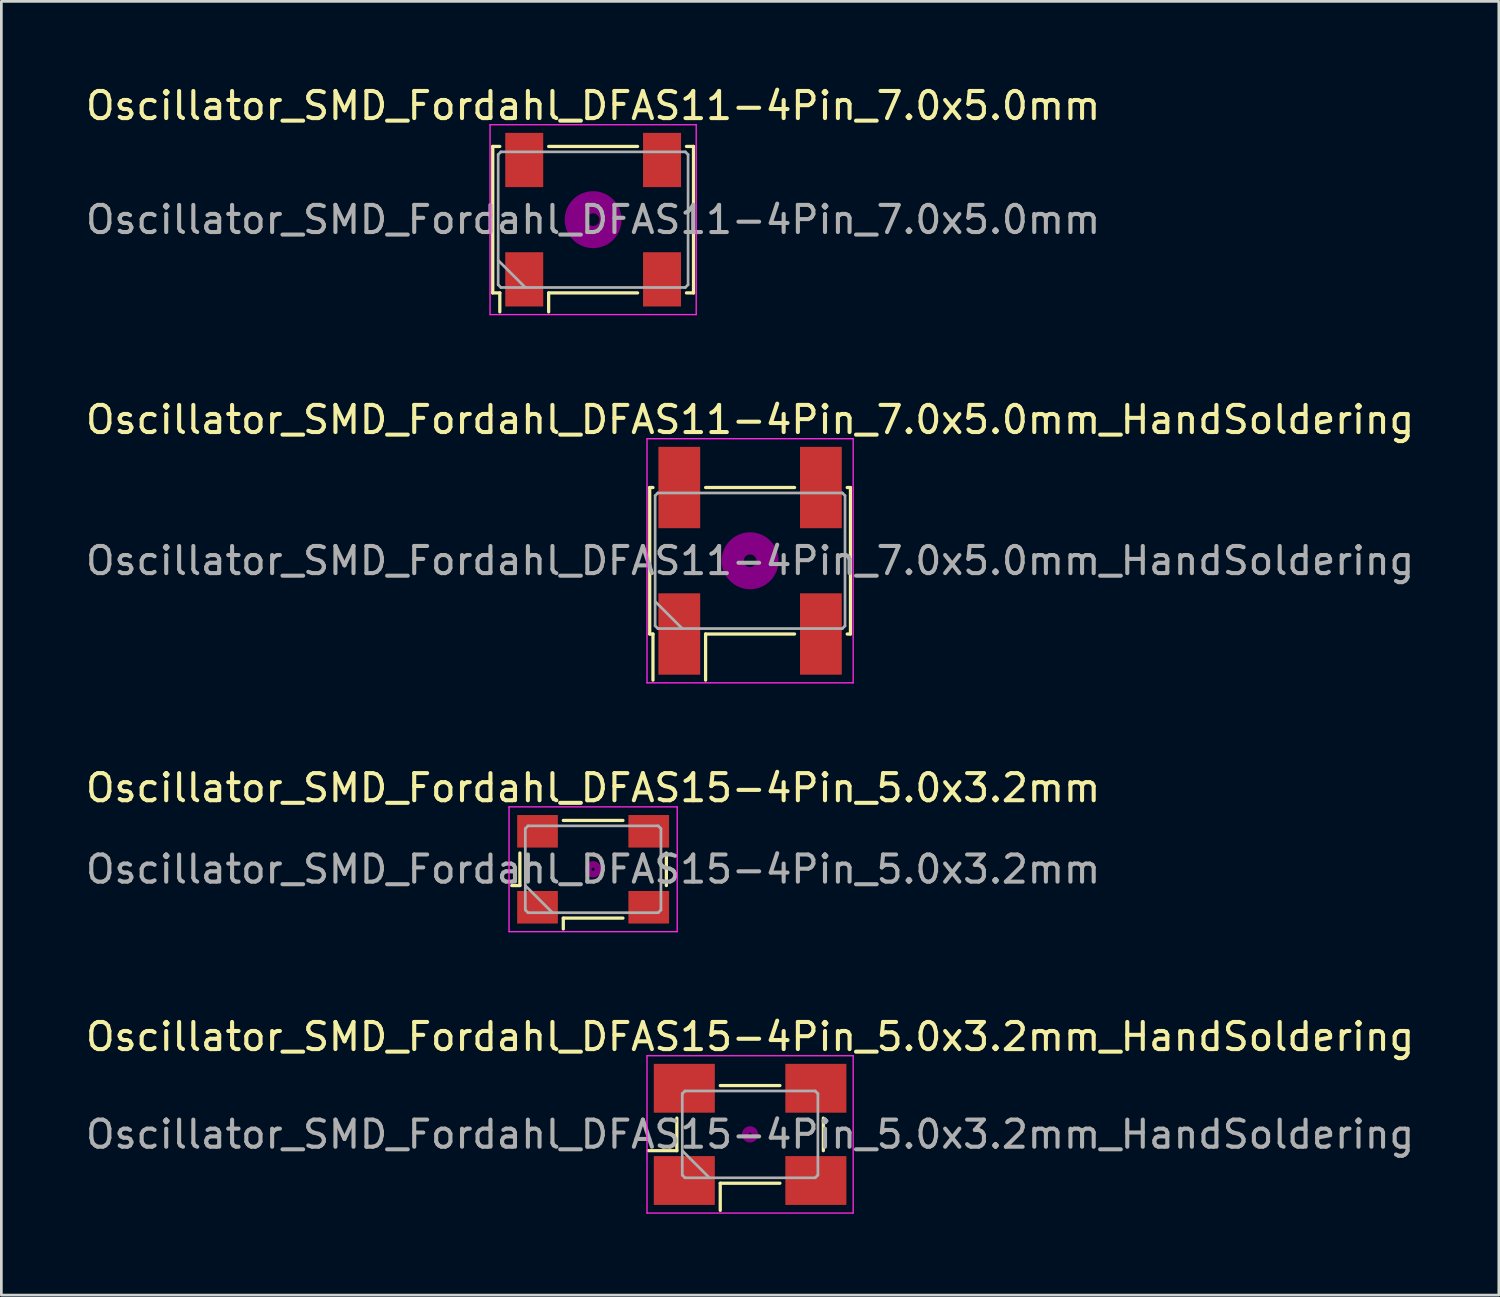
<source format=kicad_pcb>
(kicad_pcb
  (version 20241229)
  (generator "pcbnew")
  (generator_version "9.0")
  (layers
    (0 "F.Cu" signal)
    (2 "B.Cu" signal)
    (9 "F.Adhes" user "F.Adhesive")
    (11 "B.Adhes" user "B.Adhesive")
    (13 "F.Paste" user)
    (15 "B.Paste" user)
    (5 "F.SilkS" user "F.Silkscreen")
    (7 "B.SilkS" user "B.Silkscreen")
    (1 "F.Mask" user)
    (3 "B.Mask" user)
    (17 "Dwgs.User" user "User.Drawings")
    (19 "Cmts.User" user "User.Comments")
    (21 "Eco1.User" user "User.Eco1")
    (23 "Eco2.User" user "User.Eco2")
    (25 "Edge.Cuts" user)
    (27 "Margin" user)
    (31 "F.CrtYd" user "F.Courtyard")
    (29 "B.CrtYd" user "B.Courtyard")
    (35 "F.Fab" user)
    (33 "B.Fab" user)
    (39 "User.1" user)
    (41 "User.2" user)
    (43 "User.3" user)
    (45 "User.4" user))
  (footprint "Oscillator_SMD_Fordahl_DFAS15-4Pin_5.0x3.2mm_HandSoldering"
    (layer "F.Cu")
    (at 24.601 38.768)
    (property "Reference" "Oscillator_SMD_Fordahl_DFAS15-4Pin_5.0x3.2mm_HandSoldering" (at 0 -3.6 0) (layer "F.SilkS") (effects (font (size 1 1) (thickness 0.15))))
    (attr smd)
    (fp_line (start -3.75 0.6) (end -2.7 0.6) (stroke (width 0.12) (type solid)) (layer "F.SilkS"))
    (fp_line (start -2.7 0.6) (end -2.7 -0.6) (stroke (width 0.12) (type solid)) (layer "F.SilkS"))
    (fp_line (start -1.1 -1.8) (end 1.1 -1.8) (stroke (width 0.12) (type solid)) (layer "F.SilkS"))
    (fp_line (start -1.1 1.8) (end -1.1 2.8) (stroke (width 0.12) (type solid)) (layer "F.SilkS"))
    (fp_line (start 1.1 1.8) (end -1.1 1.8) (stroke (width 0.12) (type solid)) (layer "F.SilkS"))
    (fp_line (start 2.7 -0.6) (end 2.7 0.6) (stroke (width 0.12) (type solid)) (layer "F.SilkS"))
    (fp_circle (center 0 0) (end 0.058 0) (stroke (width 0.117) (type solid)) (fill no) (layer "F.Adhes"))
    (fp_circle (center 0 0) (end 0.133 0) (stroke (width 0.083) (type solid)) (fill no) (layer "F.Adhes"))
    (fp_circle (center 0 0) (end 0.208 0) (stroke (width 0.083) (type solid)) (fill no) (layer "F.Adhes"))
    (fp_circle (center 0 0) (end 0.25 0) (stroke (width 0.1) (type solid)) (fill no) (layer "F.Adhes"))
    (fp_line (start -3.8 -2.9) (end -3.8 2.9) (stroke (width 0.05) (type solid)) (layer "F.CrtYd"))
    (fp_line (start -3.8 2.9) (end 3.8 2.9) (stroke (width 0.05) (type solid)) (layer "F.CrtYd"))
    (fp_line (start 3.8 -2.9) (end -3.8 -2.9) (stroke (width 0.05) (type solid)) (layer "F.CrtYd"))
    (fp_line (start 3.8 2.9) (end 3.8 -2.9) (stroke (width 0.05) (type solid)) (layer "F.CrtYd"))
    (fp_line (start -2.5 -1.5) (end -2.4 -1.6) (stroke (width 0.1) (type solid)) (layer "F.Fab"))
    (fp_line (start -2.5 0.6) (end -1.5 1.6) (stroke (width 0.1) (type solid)) (layer "F.Fab"))
    (fp_line (start -2.5 1.5) (end -2.5 -1.5) (stroke (width 0.1) (type solid)) (layer "F.Fab"))
    (fp_line (start -2.4 -1.6) (end 2.4 -1.6) (stroke (width 0.1) (type solid)) (layer "F.Fab"))
    (fp_line (start -2.4 1.6) (end -2.5 1.5) (stroke (width 0.1) (type solid)) (layer "F.Fab"))
    (fp_line (start 2.4 -1.6) (end 2.5 -1.5) (stroke (width 0.1) (type solid)) (layer "F.Fab"))
    (fp_line (start 2.4 1.6) (end -2.4 1.6) (stroke (width 0.1) (type solid)) (layer "F.Fab"))
    (fp_line (start 2.5 -1.5) (end 2.5 1.5) (stroke (width 0.1) (type solid)) (layer "F.Fab"))
    (fp_line (start 2.5 1.5) (end 2.4 1.6) (stroke (width 0.1) (type solid)) (layer "F.Fab"))
    (fp_text user "${REFERENCE}" (at 0 0 0) (layer "F.Fab") (effects (font (size 1 1) (thickness 0.15))))
    (pad "1" smd rect (at -2.425 1.7) (size 2.25 1.8) (layers "F.Cu" "F.Mask" "F.Paste"))
    (pad "2" smd rect (at 2.425 1.7) (size 2.25 1.8) (layers "F.Cu" "F.Mask" "F.Paste"))
    (pad "3" smd rect (at 2.425 -1.7) (size 2.25 1.8) (layers "F.Cu" "F.Mask" "F.Paste"))
    (pad "4" smd rect (at -2.425 -1.7) (size 2.25 1.8) (layers "F.Cu" "F.Mask" "F.Paste")))
  (footprint "Oscillator_SMD_Fordahl_DFAS11-4Pin_7.0x5.0mm"
    (layer "F.Cu")
    (at 18.815 5.048)
    (property "Reference" "Oscillator_SMD_Fordahl_DFAS11-4Pin_7.0x5.0mm" (at 0 -4.2 0) (layer "F.SilkS") (effects (font (size 1 1) (thickness 0.15))))
    (attr smd)
    (fp_line (start -3.7 -2.7) (end -3.44 -2.7) (stroke (width 0.12) (type solid)) (layer "F.SilkS"))
    (fp_line (start -3.7 2.7) (end -3.7 -2.7) (stroke (width 0.12) (type solid)) (layer "F.SilkS"))
    (fp_line (start -3.44 2.7) (end -3.7 2.7) (stroke (width 0.12) (type solid)) (layer "F.SilkS"))
    (fp_line (start -3.44 3.4) (end -3.44 2.7) (stroke (width 0.12) (type solid)) (layer "F.SilkS"))
    (fp_line (start -1.64 -2.7) (end 1.64 -2.7) (stroke (width 0.12) (type solid)) (layer "F.SilkS"))
    (fp_line (start -1.64 2.7) (end -1.64 3.4) (stroke (width 0.12) (type solid)) (layer "F.SilkS"))
    (fp_line (start 1.64 2.7) (end -1.64 2.7) (stroke (width 0.12) (type solid)) (layer "F.SilkS"))
    (fp_line (start 3.44 -2.7) (end 3.7 -2.7) (stroke (width 0.12) (type solid)) (layer "F.SilkS"))
    (fp_line (start 3.7 -2.7) (end 3.7 2.7) (stroke (width 0.12) (type solid)) (layer "F.SilkS"))
    (fp_line (start 3.7 2.7) (end 3.44 2.7) (stroke (width 0.12) (type solid)) (layer "F.SilkS"))
    (fp_circle (center 0 0) (end 0.233 0) (stroke (width 0.467) (type solid)) (fill no) (layer "F.Adhes"))
    (fp_circle (center 0 0) (end 0.533 0) (stroke (width 0.333) (type solid)) (fill no) (layer "F.Adhes"))
    (fp_circle (center 0 0) (end 0.833 0) (stroke (width 0.333) (type solid)) (fill no) (layer "F.Adhes"))
    (fp_circle (center 0 0) (end 1 0) (stroke (width 0.1) (type solid)) (fill no) (layer "F.Adhes"))
    (fp_line (start -3.8 -3.5) (end -3.8 3.5) (stroke (width 0.05) (type solid)) (layer "F.CrtYd"))
    (fp_line (start -3.8 3.5) (end 3.8 3.5) (stroke (width 0.05) (type solid)) (layer "F.CrtYd"))
    (fp_line (start 3.8 -3.5) (end -3.8 -3.5) (stroke (width 0.05) (type solid)) (layer "F.CrtYd"))
    (fp_line (start 3.8 3.5) (end 3.8 -3.5) (stroke (width 0.05) (type solid)) (layer "F.CrtYd"))
    (fp_line (start -3.5 -2.4) (end -3.4 -2.5) (stroke (width 0.1) (type solid)) (layer "F.Fab"))
    (fp_line (start -3.5 1.5) (end -2.5 2.5) (stroke (width 0.1) (type solid)) (layer "F.Fab"))
    (fp_line (start -3.5 2.4) (end -3.5 -2.4) (stroke (width 0.1) (type solid)) (layer "F.Fab"))
    (fp_line (start -3.4 -2.5) (end 3.4 -2.5) (stroke (width 0.1) (type solid)) (layer "F.Fab"))
    (fp_line (start -3.4 2.5) (end -3.5 2.4) (stroke (width 0.1) (type solid)) (layer "F.Fab"))
    (fp_line (start 3.4 -2.5) (end 3.5 -2.4) (stroke (width 0.1) (type solid)) (layer "F.Fab"))
    (fp_line (start 3.4 2.5) (end -3.4 2.5) (stroke (width 0.1) (type solid)) (layer "F.Fab"))
    (fp_line (start 3.5 -2.4) (end 3.5 2.4) (stroke (width 0.1) (type solid)) (layer "F.Fab"))
    (fp_line (start 3.5 2.4) (end 3.4 2.5) (stroke (width 0.1) (type solid)) (layer "F.Fab"))
    (fp_text user "${REFERENCE}" (at 0 0 0) (layer "F.Fab") (effects (font (size 1 1) (thickness 0.15))))
    (pad "1" smd rect (at -2.54 2.2) (size 1.4 2) (layers "F.Cu" "F.Mask" "F.Paste"))
    (pad "2" smd rect (at 2.54 2.2) (size 1.4 2) (layers "F.Cu" "F.Mask" "F.Paste"))
    (pad "3" smd rect (at 2.54 -2.2) (size 1.4 2) (layers "F.Cu" "F.Mask" "F.Paste"))
    (pad "4" smd rect (at -2.54 -2.2) (size 1.4 2) (layers "F.Cu" "F.Mask" "F.Paste")))
  (footprint "Oscillator_SMD_Fordahl_DFAS11-4Pin_7.0x5.0mm_HandSoldering"
    (layer "F.Cu")
    (at 24.601 17.622)
    (property "Reference" "Oscillator_SMD_Fordahl_DFAS11-4Pin_7.0x5.0mm_HandSoldering" (at 0 -5.2 0) (layer "F.SilkS") (effects (font (size 1 1) (thickness 0.15))))
    (attr smd)
    (fp_line (start -3.7 -2.7) (end -3.58 -2.7) (stroke (width 0.12) (type solid)) (layer "F.SilkS"))
    (fp_line (start -3.7 2.7) (end -3.7 -2.7) (stroke (width 0.12) (type solid)) (layer "F.SilkS"))
    (fp_line (start -3.58 2.7) (end -3.7 2.7) (stroke (width 0.12) (type solid)) (layer "F.SilkS"))
    (fp_line (start -3.58 4.4) (end -3.58 2.7) (stroke (width 0.12) (type solid)) (layer "F.SilkS"))
    (fp_line (start -1.64 -2.7) (end 1.64 -2.7) (stroke (width 0.12) (type solid)) (layer "F.SilkS"))
    (fp_line (start -1.64 2.7) (end -1.64 4.4) (stroke (width 0.12) (type solid)) (layer "F.SilkS"))
    (fp_line (start 1.64 2.7) (end -1.64 2.7) (stroke (width 0.12) (type solid)) (layer "F.SilkS"))
    (fp_line (start 3.58 -2.7) (end 3.7 -2.7) (stroke (width 0.12) (type solid)) (layer "F.SilkS"))
    (fp_line (start 3.7 -2.7) (end 3.7 2.7) (stroke (width 0.12) (type solid)) (layer "F.SilkS"))
    (fp_line (start 3.7 2.7) (end 3.58 2.7) (stroke (width 0.12) (type solid)) (layer "F.SilkS"))
    (fp_circle (center 0 0) (end 0.233 0) (stroke (width 0.467) (type solid)) (fill no) (layer "F.Adhes"))
    (fp_circle (center 0 0) (end 0.533 0) (stroke (width 0.333) (type solid)) (fill no) (layer "F.Adhes"))
    (fp_circle (center 0 0) (end 0.833 0) (stroke (width 0.333) (type solid)) (fill no) (layer "F.Adhes"))
    (fp_circle (center 0 0) (end 1 0) (stroke (width 0.1) (type solid)) (fill no) (layer "F.Adhes"))
    (fp_line (start -3.8 -4.5) (end -3.8 4.5) (stroke (width 0.05) (type solid)) (layer "F.CrtYd"))
    (fp_line (start -3.8 4.5) (end 3.8 4.5) (stroke (width 0.05) (type solid)) (layer "F.CrtYd"))
    (fp_line (start 3.8 -4.5) (end -3.8 -4.5) (stroke (width 0.05) (type solid)) (layer "F.CrtYd"))
    (fp_line (start 3.8 4.5) (end 3.8 -4.5) (stroke (width 0.05) (type solid)) (layer "F.CrtYd"))
    (fp_line (start -3.5 -2.4) (end -3.4 -2.5) (stroke (width 0.1) (type solid)) (layer "F.Fab"))
    (fp_line (start -3.5 1.5) (end -2.5 2.5) (stroke (width 0.1) (type solid)) (layer "F.Fab"))
    (fp_line (start -3.5 2.4) (end -3.5 -2.4) (stroke (width 0.1) (type solid)) (layer "F.Fab"))
    (fp_line (start -3.4 -2.5) (end 3.4 -2.5) (stroke (width 0.1) (type solid)) (layer "F.Fab"))
    (fp_line (start -3.4 2.5) (end -3.5 2.4) (stroke (width 0.1) (type solid)) (layer "F.Fab"))
    (fp_line (start 3.4 -2.5) (end 3.5 -2.4) (stroke (width 0.1) (type solid)) (layer "F.Fab"))
    (fp_line (start 3.4 2.5) (end -3.4 2.5) (stroke (width 0.1) (type solid)) (layer "F.Fab"))
    (fp_line (start 3.5 -2.4) (end 3.5 2.4) (stroke (width 0.1) (type solid)) (layer "F.Fab"))
    (fp_line (start 3.5 2.4) (end 3.4 2.5) (stroke (width 0.1) (type solid)) (layer "F.Fab"))
    (fp_text user "${REFERENCE}" (at 0 0 0) (layer "F.Fab") (effects (font (size 1 1) (thickness 0.15))))
    (pad "1" smd rect (at -2.61 2.7) (size 1.54 3) (layers "F.Cu" "F.Mask" "F.Paste"))
    (pad "2" smd rect (at 2.61 2.7) (size 1.54 3) (layers "F.Cu" "F.Mask" "F.Paste"))
    (pad "3" smd rect (at 2.61 -2.7) (size 1.54 3) (layers "F.Cu" "F.Mask" "F.Paste"))
    (pad "4" smd rect (at -2.61 -2.7) (size 1.54 3) (layers "F.Cu" "F.Mask" "F.Paste")))
  (footprint "Oscillator_SMD_Fordahl_DFAS15-4Pin_5.0x3.2mm"
    (layer "F.Cu")
    (at 18.815 28.995)
    (property "Reference" "Oscillator_SMD_Fordahl_DFAS15-4Pin_5.0x3.2mm" (at 0 -3 0) (layer "F.SilkS") (effects (font (size 1 1) (thickness 0.15))))
    (attr smd)
    (fp_line (start -3 0.6) (end -2.7 0.6) (stroke (width 0.12) (type solid)) (layer "F.SilkS"))
    (fp_line (start -2.7 0.6) (end -2.7 -0.6) (stroke (width 0.12) (type solid)) (layer "F.SilkS"))
    (fp_line (start -1.1 -1.8) (end 1.1 -1.8) (stroke (width 0.12) (type solid)) (layer "F.SilkS"))
    (fp_line (start -1.1 1.8) (end -1.1 2.2) (stroke (width 0.12) (type solid)) (layer "F.SilkS"))
    (fp_line (start 1.1 1.8) (end -1.1 1.8) (stroke (width 0.12) (type solid)) (layer "F.SilkS"))
    (fp_line (start 2.7 -0.6) (end 2.7 0.6) (stroke (width 0.12) (type solid)) (layer "F.SilkS"))
    (fp_circle (center 0 0) (end 0.058 0) (stroke (width 0.117) (type solid)) (fill no) (layer "F.Adhes"))
    (fp_circle (center 0 0) (end 0.133 0) (stroke (width 0.083) (type solid)) (fill no) (layer "F.Adhes"))
    (fp_circle (center 0 0) (end 0.208 0) (stroke (width 0.083) (type solid)) (fill no) (layer "F.Adhes"))
    (fp_circle (center 0 0) (end 0.25 0) (stroke (width 0.1) (type solid)) (fill no) (layer "F.Adhes"))
    (fp_line (start -3.1 -2.3) (end -3.1 2.3) (stroke (width 0.05) (type solid)) (layer "F.CrtYd"))
    (fp_line (start -3.1 2.3) (end 3.1 2.3) (stroke (width 0.05) (type solid)) (layer "F.CrtYd"))
    (fp_line (start 3.1 -2.3) (end -3.1 -2.3) (stroke (width 0.05) (type solid)) (layer "F.CrtYd"))
    (fp_line (start 3.1 2.3) (end 3.1 -2.3) (stroke (width 0.05) (type solid)) (layer "F.CrtYd"))
    (fp_line (start -2.5 -1.5) (end -2.4 -1.6) (stroke (width 0.1) (type solid)) (layer "F.Fab"))
    (fp_line (start -2.5 0.6) (end -1.5 1.6) (stroke (width 0.1) (type solid)) (layer "F.Fab"))
    (fp_line (start -2.5 1.5) (end -2.5 -1.5) (stroke (width 0.1) (type solid)) (layer "F.Fab"))
    (fp_line (start -2.4 -1.6) (end 2.4 -1.6) (stroke (width 0.1) (type solid)) (layer "F.Fab"))
    (fp_line (start -2.4 1.6) (end -2.5 1.5) (stroke (width 0.1) (type solid)) (layer "F.Fab"))
    (fp_line (start 2.4 -1.6) (end 2.5 -1.5) (stroke (width 0.1) (type solid)) (layer "F.Fab"))
    (fp_line (start 2.4 1.6) (end -2.4 1.6) (stroke (width 0.1) (type solid)) (layer "F.Fab"))
    (fp_line (start 2.5 -1.5) (end 2.5 1.5) (stroke (width 0.1) (type solid)) (layer "F.Fab"))
    (fp_line (start 2.5 1.5) (end 2.4 1.6) (stroke (width 0.1) (type solid)) (layer "F.Fab"))
    (fp_text user "${REFERENCE}" (at 0 0 0) (layer "F.Fab") (effects (font (size 1 1) (thickness 0.15))))
    (pad "1" smd rect (at -2.05 1.4) (size 1.5 1.2) (layers "F.Cu" "F.Mask" "F.Paste"))
    (pad "2" smd rect (at 2.05 1.4) (size 1.5 1.2) (layers "F.Cu" "F.Mask" "F.Paste"))
    (pad "3" smd rect (at 2.05 -1.4) (size 1.5 1.2) (layers "F.Cu" "F.Mask" "F.Paste"))
    (pad "4" smd rect (at -2.05 -1.4) (size 1.5 1.2) (layers "F.Cu" "F.Mask" "F.Paste")))
  (gr_rect
    (start -3 -3)
    (end 52.202 44.693)
    (stroke (width 0.1) (type default))
    (fill no)
    (layer "Edge.Cuts")))
</source>
